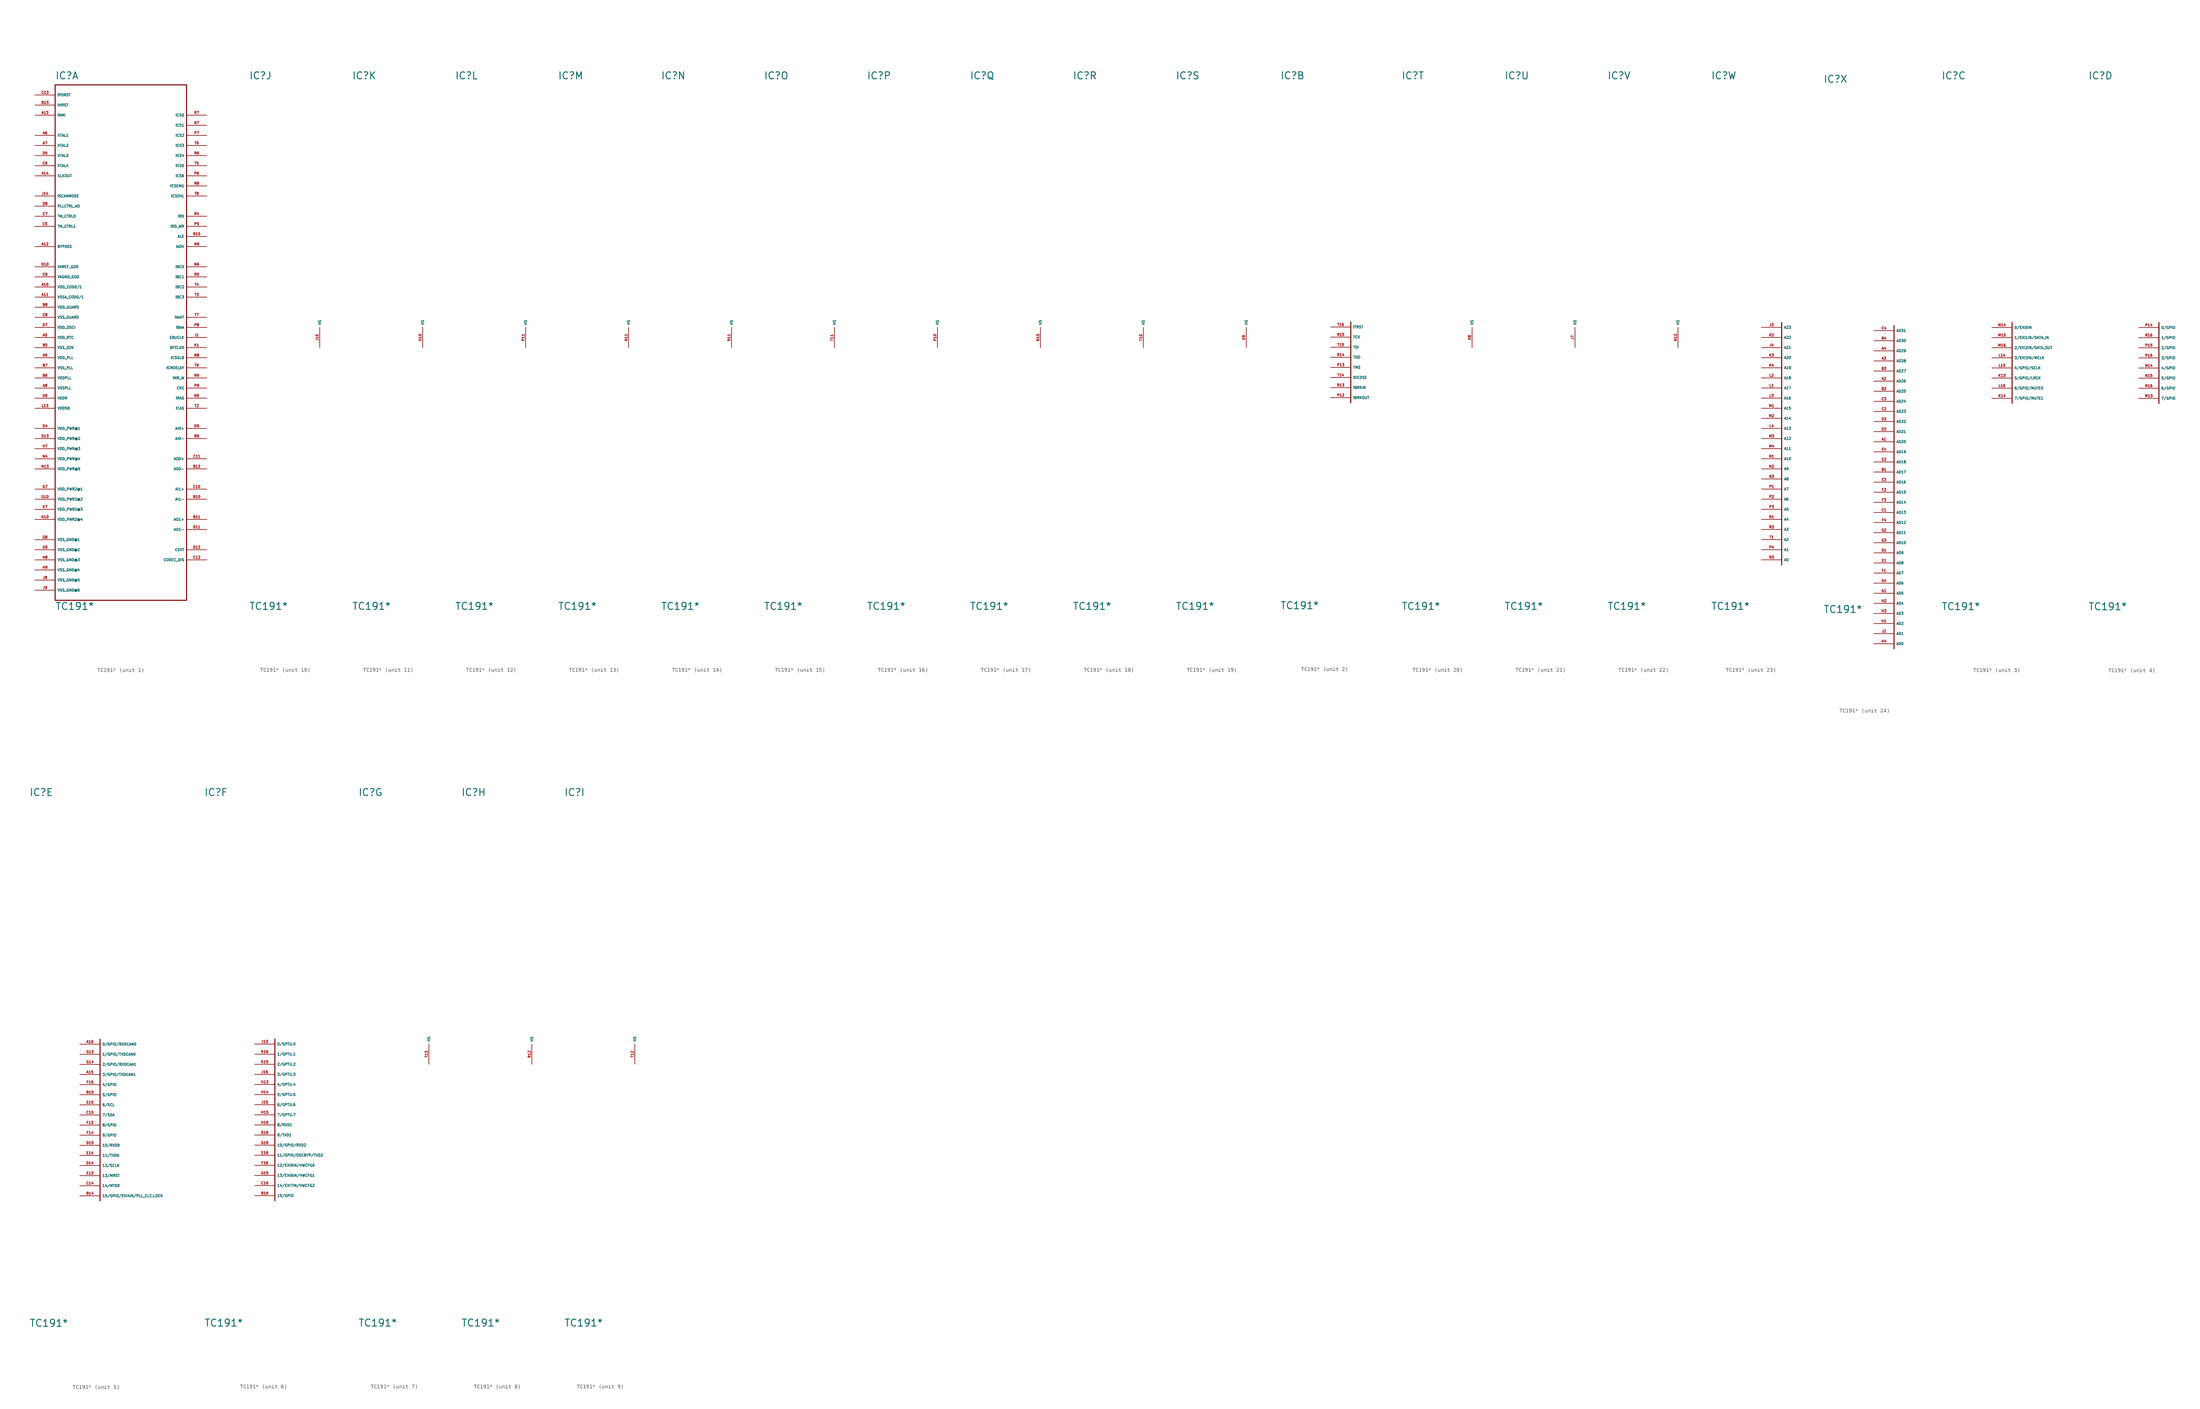
<source format=kicad_sym>
(kicad_symbol_lib
  (version 20220914)
  (generator Eagle2Kicad)
  (symbol "TC191*"
    (property "Reference" "IC"
      (at -17.78 62.23 0)
      (effects (font (size 1.778 1.778) (thickness 0.22)) (justify left bottom)))
    (property "Value" "TC191*"
      (at -17.78 -71.12 0)
      (effects (font (size 1.778 1.778) (thickness 0.22)) (justify left bottom)))
    (symbol "TC191*_1_0"
      (polyline (pts (xy 15.24 60.96) (xy 15.24 -68.58)) (stroke (width 0.254) (type default)) (fill (type none)))
      (polyline (pts (xy 15.24 -68.58) (xy -17.78 -68.58)) (stroke (width 0.254) (type default)) (fill (type none)))
      (polyline (pts (xy -17.78 -68.58) (xy -17.78 60.96)) (stroke (width 0.254) (type default)) (fill (type none)))
      (polyline (pts (xy -17.78 60.96) (xy 15.24 60.96)) (stroke (width 0.254) (type default)) (fill (type none)))
      (pin bidirectional line (at 20.32 27.94 180) (length 5.08) (name "!RD" (effects (font (size 0.635 0.635) (thickness 0.08)) (justify left bottom))) (number "R4" (effects (font (size 0.635 0.635) (thickness 0.08)) (justify left bottom))))
      (pin output line (at 20.32 53.34 180) (length 5.08) (name "!CS0" (effects (font (size 0.635 0.635) (thickness 0.08)) (justify left bottom))) (number "R7" (effects (font (size 0.635 0.635) (thickness 0.08)) (justify left bottom))))
      (pin input line (at -22.86 58.42 0) (length 5.08) (name "!PORST" (effects (font (size 0.635 0.635) (thickness 0.08)) (justify left bottom))) (number "C13" (effects (font (size 0.635 0.635) (thickness 0.08)) (justify left bottom))))
      (pin output line (at -22.86 38.1 0) (length 5.08) (name "CLKOUT" (effects (font (size 0.635 0.635) (thickness 0.08)) (justify left bottom))) (number "A14" (effects (font (size 0.635 0.635) (thickness 0.08)) (justify left bottom))))
      (pin bidirectional line (at 20.32 2.54 180) (length 5.08) (name "!WAIT" (effects (font (size 0.635 0.635) (thickness 0.08)) (justify left bottom))) (number "T7" (effects (font (size 0.635 0.635) (thickness 0.08)) (justify left bottom))))
      (pin output line (at 20.32 -12.7 180) (length 5.08) (name "!MR_W" (effects (font (size 0.635 0.635) (thickness 0.08)) (justify left bottom))) (number "R9" (effects (font (size 0.635 0.635) (thickness 0.08)) (justify left bottom))))
      (pin output line (at 20.32 22.86 180) (length 5.08) (name "ALE" (effects (font (size 0.635 0.635) (thickness 0.08)) (justify left bottom))) (number "R10" (effects (font (size 0.635 0.635) (thickness 0.08)) (justify left bottom))))
      (pin output line (at 20.32 0 180) (length 5.08) (name "!BAA" (effects (font (size 0.635 0.635) (thickness 0.08)) (justify left bottom))) (number "P8" (effects (font (size 0.635 0.635) (thickness 0.08)) (justify left bottom))))
      (pin output line (at 20.32 -17.78 180) (length 5.08) (name "!RAS" (effects (font (size 0.635 0.635) (thickness 0.08)) (justify left bottom))) (number "N5" (effects (font (size 0.635 0.635) (thickness 0.08)) (justify left bottom))))
      (pin output line (at 20.32 -20.32 180) (length 5.08) (name "!CAS" (effects (font (size 0.635 0.635) (thickness 0.08)) (justify left bottom))) (number "T2" (effects (font (size 0.635 0.635) (thickness 0.08)) (justify left bottom))))
      (pin output line (at 20.32 50.8 180) (length 5.08) (name "!CS1" (effects (font (size 0.635 0.635) (thickness 0.08)) (justify left bottom))) (number "N7" (effects (font (size 0.635 0.635) (thickness 0.08)) (justify left bottom))))
      (pin output line (at 20.32 48.26 180) (length 5.08) (name "!CS2" (effects (font (size 0.635 0.635) (thickness 0.08)) (justify left bottom))) (number "P7" (effects (font (size 0.635 0.635) (thickness 0.08)) (justify left bottom))))
      (pin output line (at 20.32 45.72 180) (length 5.08) (name "!CS3" (effects (font (size 0.635 0.635) (thickness 0.08)) (justify left bottom))) (number "T6" (effects (font (size 0.635 0.635) (thickness 0.08)) (justify left bottom))))
      (pin output line (at 20.32 43.18 180) (length 5.08) (name "!CS4" (effects (font (size 0.635 0.635) (thickness 0.08)) (justify left bottom))) (number "R6" (effects (font (size 0.635 0.635) (thickness 0.08)) (justify left bottom))))
      (pin output line (at 20.32 40.64 180) (length 5.08) (name "!CS5" (effects (font (size 0.635 0.635) (thickness 0.08)) (justify left bottom))) (number "T5" (effects (font (size 0.635 0.635) (thickness 0.08)) (justify left bottom))))
      (pin output line (at 20.32 38.1 180) (length 5.08) (name "!CS6" (effects (font (size 0.635 0.635) (thickness 0.08)) (justify left bottom))) (number "P6" (effects (font (size 0.635 0.635) (thickness 0.08)) (justify left bottom))))
      (pin output line (at 20.32 -7.62 180) (length 5.08) (name "!CSGLB" (effects (font (size 0.635 0.635) (thickness 0.08)) (justify left bottom))) (number "N8" (effects (font (size 0.635 0.635) (thickness 0.08)) (justify left bottom))))
      (pin output line (at 20.32 -15.24 180) (length 5.08) (name "CKE" (effects (font (size 0.635 0.635) (thickness 0.08)) (justify left bottom))) (number "P9" (effects (font (size 0.635 0.635) (thickness 0.08)) (justify left bottom))))
      (pin output line (at 20.32 -2.54 180) (length 5.08) (name "EBUCLK" (effects (font (size 0.635 0.635) (thickness 0.08)) (justify left bottom))) (number "J1" (effects (font (size 0.635 0.635) (thickness 0.08)) (justify left bottom))))
      (pin output line (at 20.32 20.32 180) (length 5.08) (name "!ADV" (effects (font (size 0.635 0.635) (thickness 0.08)) (justify left bottom))) (number "N9" (effects (font (size 0.635 0.635) (thickness 0.08)) (justify left bottom))))
      (pin input line (at 20.32 -10.16 180) (length 5.08) (name "!CMDELAY" (effects (font (size 0.635 0.635) (thickness 0.08)) (justify left bottom))) (number "T9" (effects (font (size 0.635 0.635) (thickness 0.08)) (justify left bottom))))
      (pin input line (at -22.86 33.02 0) (length 5.08) (name "!SCANMODE" (effects (font (size 0.635 0.635) (thickness 0.08)) (justify left bottom))) (number "J14" (effects (font (size 0.635 0.635) (thickness 0.08)) (justify left bottom))))
      (pin input line (at -22.86 27.94 0) (length 5.08) (name "TM_CTRL0" (effects (font (size 0.635 0.635) (thickness 0.08)) (justify left bottom))) (number "C7" (effects (font (size 0.635 0.635) (thickness 0.08)) (justify left bottom))))
      (pin input line (at -22.86 25.4 0) (length 5.08) (name "TM_CTRL1" (effects (font (size 0.635 0.635) (thickness 0.08)) (justify left bottom))) (number "C5" (effects (font (size 0.635 0.635) (thickness 0.08)) (justify left bottom))))
      (pin input line (at -22.86 48.26 0) (length 5.08) (name "XTAL1" (effects (font (size 0.635 0.635) (thickness 0.08)) (justify left bottom))) (number "A6" (effects (font (size 0.635 0.635) (thickness 0.08)) (justify left bottom))))
      (pin output line (at -22.86 45.72 0) (length 5.08) (name "XTAL2" (effects (font (size 0.635 0.635) (thickness 0.08)) (justify left bottom))) (number "A7" (effects (font (size 0.635 0.635) (thickness 0.08)) (justify left bottom))))
      (pin bidirectional line (at 20.32 15.24 180) (length 5.08) (name "!BC0" (effects (font (size 0.635 0.635) (thickness 0.08)) (justify left bottom))) (number "N6" (effects (font (size 0.635 0.635) (thickness 0.08)) (justify left bottom))))
      (pin bidirectional line (at 20.32 12.7 180) (length 5.08) (name "!BC1" (effects (font (size 0.635 0.635) (thickness 0.08)) (justify left bottom))) (number "R5" (effects (font (size 0.635 0.635) (thickness 0.08)) (justify left bottom))))
      (pin bidirectional line (at 20.32 10.16 180) (length 5.08) (name "!BC2" (effects (font (size 0.635 0.635) (thickness 0.08)) (justify left bottom))) (number "T4" (effects (font (size 0.635 0.635) (thickness 0.08)) (justify left bottom))))
      (pin bidirectional line (at 20.32 7.62 180) (length 5.08) (name "!BC3" (effects (font (size 0.635 0.635) (thickness 0.08)) (justify left bottom))) (number "T3" (effects (font (size 0.635 0.635) (thickness 0.08)) (justify left bottom))))
      (pin bidirectional line (at 20.32 25.4 180) (length 5.08) (name "!RD_WR" (effects (font (size 0.635 0.635) (thickness 0.08)) (justify left bottom))) (number "P5" (effects (font (size 0.635 0.635) (thickness 0.08)) (justify left bottom))))
      (pin output line (at 20.32 -5.08 180) (length 5.08) (name "BFCLK0" (effects (font (size 0.635 0.635) (thickness 0.08)) (justify left bottom))) (number "K1" (effects (font (size 0.635 0.635) (thickness 0.08)) (justify left bottom))))
      (pin input line (at 20.32 -25.4 180) (length 5.08) (name "AI0+" (effects (font (size 0.635 0.635) (thickness 0.08)) (justify left bottom))) (number "D9" (effects (font (size 0.635 0.635) (thickness 0.08)) (justify left bottom))))
      (pin input line (at 20.32 -27.94 180) (length 5.08) (name "AI0-" (effects (font (size 0.635 0.635) (thickness 0.08)) (justify left bottom))) (number "B9" (effects (font (size 0.635 0.635) (thickness 0.08)) (justify left bottom))))
      (pin output line (at 20.32 -33.02 180) (length 5.08) (name "AO0+" (effects (font (size 0.635 0.635) (thickness 0.08)) (justify left bottom))) (number "C11" (effects (font (size 0.635 0.635) (thickness 0.08)) (justify left bottom))))
      (pin output line (at 20.32 -35.56 180) (length 5.08) (name "AO0-" (effects (font (size 0.635 0.635) (thickness 0.08)) (justify left bottom))) (number "B12" (effects (font (size 0.635 0.635) (thickness 0.08)) (justify left bottom))))
      (pin input line (at 20.32 -40.64 180) (length 5.08) (name "AI1+" (effects (font (size 0.635 0.635) (thickness 0.08)) (justify left bottom))) (number "C10" (effects (font (size 0.635 0.635) (thickness 0.08)) (justify left bottom))))
      (pin input line (at 20.32 -43.18 180) (length 5.08) (name "AI1-" (effects (font (size 0.635 0.635) (thickness 0.08)) (justify left bottom))) (number "B10" (effects (font (size 0.635 0.635) (thickness 0.08)) (justify left bottom))))
      (pin output line (at 20.32 -48.26 180) (length 5.08) (name "AO1+" (effects (font (size 0.635 0.635) (thickness 0.08)) (justify left bottom))) (number "B11" (effects (font (size 0.635 0.635) (thickness 0.08)) (justify left bottom))))
      (pin output line (at 20.32 -50.8 180) (length 5.08) (name "AO1-" (effects (font (size 0.635 0.635) (thickness 0.08)) (justify left bottom))) (number "D11" (effects (font (size 0.635 0.635) (thickness 0.08)) (justify left bottom))))
      (pin input line (at 20.32 -55.88 180) (length 5.08) (name "CEXT" (effects (font (size 0.635 0.635) (thickness 0.08)) (justify left bottom))) (number "D12" (effects (font (size 0.635 0.635) (thickness 0.08)) (justify left bottom))))
      (pin input line (at 20.32 -58.42 180) (length 5.08) (name "CODEC_DIS" (effects (font (size 0.635 0.635) (thickness 0.08)) (justify left bottom))) (number "C12" (effects (font (size 0.635 0.635) (thickness 0.08)) (justify left bottom))))
      (pin output line (at 20.32 35.56 180) (length 5.08) (name "!CSEMU" (effects (font (size 0.635 0.635) (thickness 0.08)) (justify left bottom))) (number "R8" (effects (font (size 0.635 0.635) (thickness 0.08)) (justify left bottom))))
      (pin output line (at 20.32 33.02 180) (length 5.08) (name "!CSOVL" (effects (font (size 0.635 0.635) (thickness 0.08)) (justify left bottom))) (number "T8" (effects (font (size 0.635 0.635) (thickness 0.08)) (justify left bottom))))
      (pin input line (at -22.86 30.48 0) (length 5.08) (name "PLLCTRL_AO" (effects (font (size 0.635 0.635) (thickness 0.08)) (justify left bottom))) (number "D8" (effects (font (size 0.635 0.635) (thickness 0.08)) (justify left bottom))))
      (pin input line (at -22.86 43.18 0) (length 5.08) (name "XTAL3" (effects (font (size 0.635 0.635) (thickness 0.08)) (justify left bottom))) (number "D5" (effects (font (size 0.635 0.635) (thickness 0.08)) (justify left bottom))))
      (pin output line (at -22.86 40.64 0) (length 5.08) (name "XTAL4" (effects (font (size 0.635 0.635) (thickness 0.08)) (justify left bottom))) (number "C6" (effects (font (size 0.635 0.635) (thickness 0.08)) (justify left bottom))))
      (pin input line (at -22.86 15.24 0) (length 5.08) (name "VAREF_GOD" (effects (font (size 0.635 0.635) (thickness 0.08)) (justify left bottom))) (number "D10" (effects (font (size 0.635 0.635) (thickness 0.08)) (justify left bottom))))
      (pin input line (at -22.86 12.7 0) (length 5.08) (name "VAGND_GOD" (effects (font (size 0.635 0.635) (thickness 0.08)) (justify left bottom))) (number "C9" (effects (font (size 0.635 0.635) (thickness 0.08)) (justify left bottom))))
      (pin input line (at -22.86 10.16 0) (length 5.08) (name "VDD_COD0/1" (effects (font (size 0.635 0.635) (thickness 0.08)) (justify left bottom))) (number "A10" (effects (font (size 0.635 0.635) (thickness 0.08)) (justify left bottom))))
      (pin input line (at -22.86 7.62 0) (length 5.08) (name "VSSA_COD0/1" (effects (font (size 0.635 0.635) (thickness 0.08)) (justify left bottom))) (number "A11" (effects (font (size 0.635 0.635) (thickness 0.08)) (justify left bottom))))
      (pin input line (at -22.86 5.08 0) (length 5.08) (name "VDD_GUARD" (effects (font (size 0.635 0.635) (thickness 0.08)) (justify left bottom))) (number "B8" (effects (font (size 0.635 0.635) (thickness 0.08)) (justify left bottom))))
      (pin input line (at -22.86 2.54 0) (length 5.08) (name "VSS_GUARD" (effects (font (size 0.635 0.635) (thickness 0.08)) (justify left bottom))) (number "C8" (effects (font (size 0.635 0.635) (thickness 0.08)) (justify left bottom))))
      (pin input line (at -22.86 0 0) (length 5.08) (name "VDD_OSCI" (effects (font (size 0.635 0.635) (thickness 0.08)) (justify left bottom))) (number "D7" (effects (font (size 0.635 0.635) (thickness 0.08)) (justify left bottom))))
      (pin input line (at -22.86 -2.54 0) (length 5.08) (name "VDD_RTC" (effects (font (size 0.635 0.635) (thickness 0.08)) (justify left bottom))) (number "A5" (effects (font (size 0.635 0.635) (thickness 0.08)) (justify left bottom))))
      (pin input line (at -22.86 -5.08 0) (length 5.08) (name "VSS_32K" (effects (font (size 0.635 0.635) (thickness 0.08)) (justify left bottom))) (number "B5" (effects (font (size 0.635 0.635) (thickness 0.08)) (justify left bottom))))
      (pin input line (at -22.86 -7.62 0) (length 5.08) (name "VDD_PLL" (effects (font (size 0.635 0.635) (thickness 0.08)) (justify left bottom))) (number "A9" (effects (font (size 0.635 0.635) (thickness 0.08)) (justify left bottom))))
      (pin input line (at -22.86 -10.16 0) (length 5.08) (name "VSS_PLL" (effects (font (size 0.635 0.635) (thickness 0.08)) (justify left bottom))) (number "B7" (effects (font (size 0.635 0.635) (thickness 0.08)) (justify left bottom))))
      (pin input line (at -22.86 -12.7 0) (length 5.08) (name "VDDPLL" (effects (font (size 0.635 0.635) (thickness 0.08)) (justify left bottom))) (number "B6" (effects (font (size 0.635 0.635) (thickness 0.08)) (justify left bottom))))
      (pin input line (at -22.86 -15.24 0) (length 5.08) (name "VSSPLL" (effects (font (size 0.635 0.635) (thickness 0.08)) (justify left bottom))) (number "A8" (effects (font (size 0.635 0.635) (thickness 0.08)) (justify left bottom))))
      (pin input line (at -22.86 -17.78 0) (length 5.08) (name "VDDR" (effects (font (size 0.635 0.635) (thickness 0.08)) (justify left bottom))) (number "D6" (effects (font (size 0.635 0.635) (thickness 0.08)) (justify left bottom))))
      (pin input line (at -22.86 -20.32 0) (length 5.08) (name "VDDSB" (effects (font (size 0.635 0.635) (thickness 0.08)) (justify left bottom))) (number "L13" (effects (font (size 0.635 0.635) (thickness 0.08)) (justify left bottom))))
      (pin input line (at -22.86 -25.4 0) (length 5.08) (name "VDD_PWR@1" (effects (font (size 0.635 0.635) (thickness 0.08)) (justify left bottom))) (number "D4" (effects (font (size 0.635 0.635) (thickness 0.08)) (justify left bottom))))
      (pin input line (at -22.86 -27.94 0) (length 5.08) (name "VDD_PWR@2" (effects (font (size 0.635 0.635) (thickness 0.08)) (justify left bottom))) (number "D13" (effects (font (size 0.635 0.635) (thickness 0.08)) (justify left bottom))))
      (pin input line (at -22.86 -30.48 0) (length 5.08) (name "VDD_PWR@3" (effects (font (size 0.635 0.635) (thickness 0.08)) (justify left bottom))) (number "H7" (effects (font (size 0.635 0.635) (thickness 0.08)) (justify left bottom))))
      (pin input line (at -22.86 -33.02 0) (length 5.08) (name "VDD_PWR@4" (effects (font (size 0.635 0.635) (thickness 0.08)) (justify left bottom))) (number "N4" (effects (font (size 0.635 0.635) (thickness 0.08)) (justify left bottom))))
      (pin input line (at -22.86 -35.56 0) (length 5.08) (name "VDD_PWR@5" (effects (font (size 0.635 0.635) (thickness 0.08)) (justify left bottom))) (number "N13" (effects (font (size 0.635 0.635) (thickness 0.08)) (justify left bottom))))
      (pin input line (at -22.86 -40.64 0) (length 5.08) (name "VDD_PWR2@1" (effects (font (size 0.635 0.635) (thickness 0.08)) (justify left bottom))) (number "G7" (effects (font (size 0.635 0.635) (thickness 0.08)) (justify left bottom))))
      (pin input line (at -22.86 -43.18 0) (length 5.08) (name "VDD_PWR2@2" (effects (font (size 0.635 0.635) (thickness 0.08)) (justify left bottom))) (number "G10" (effects (font (size 0.635 0.635) (thickness 0.08)) (justify left bottom))))
      (pin input line (at -22.86 -45.72 0) (length 5.08) (name "VDD_PWR2@3" (effects (font (size 0.635 0.635) (thickness 0.08)) (justify left bottom))) (number "K7" (effects (font (size 0.635 0.635) (thickness 0.08)) (justify left bottom))))
      (pin input line (at -22.86 -48.26 0) (length 5.08) (name "VDD_PWR2@4" (effects (font (size 0.635 0.635) (thickness 0.08)) (justify left bottom))) (number "K10" (effects (font (size 0.635 0.635) (thickness 0.08)) (justify left bottom))))
      (pin input line (at -22.86 -53.34 0) (length 5.08) (name "VSS_GND@1" (effects (font (size 0.635 0.635) (thickness 0.08)) (justify left bottom))) (number "G8" (effects (font (size 0.635 0.635) (thickness 0.08)) (justify left bottom))))
      (pin input line (at -22.86 -55.88 0) (length 5.08) (name "VSS_GND@2" (effects (font (size 0.635 0.635) (thickness 0.08)) (justify left bottom))) (number "G9" (effects (font (size 0.635 0.635) (thickness 0.08)) (justify left bottom))))
      (pin input line (at -22.86 -58.42 0) (length 5.08) (name "VSS_GND@3" (effects (font (size 0.635 0.635) (thickness 0.08)) (justify left bottom))) (number "H8" (effects (font (size 0.635 0.635) (thickness 0.08)) (justify left bottom))))
      (pin input line (at -22.86 -60.96 0) (length 5.08) (name "VSS_GND@4" (effects (font (size 0.635 0.635) (thickness 0.08)) (justify left bottom))) (number "H9" (effects (font (size 0.635 0.635) (thickness 0.08)) (justify left bottom))))
      (pin input line (at -22.86 -63.5 0) (length 5.08) (name "VSS_GND@5" (effects (font (size 0.635 0.635) (thickness 0.08)) (justify left bottom))) (number "J8" (effects (font (size 0.635 0.635) (thickness 0.08)) (justify left bottom))))
      (pin input line (at -22.86 -66.04 0) (length 5.08) (name "VSS_GND@6" (effects (font (size 0.635 0.635) (thickness 0.08)) (justify left bottom))) (number "J9" (effects (font (size 0.635 0.635) (thickness 0.08)) (justify left bottom))))
      (pin input line (at -22.86 53.34 0) (length 5.08) (name "!NMI" (effects (font (size 0.635 0.635) (thickness 0.08)) (justify left bottom))) (number "A13" (effects (font (size 0.635 0.635) (thickness 0.08)) (justify left bottom))))
      (pin input line (at -22.86 20.32 0) (length 5.08) (name "BYPASS" (effects (font (size 0.635 0.635) (thickness 0.08)) (justify left bottom))) (number "A12" (effects (font (size 0.635 0.635) (thickness 0.08)) (justify left bottom))))
      (pin bidirectional line (at -22.86 55.88 0) (length 5.08) (name "!HRST" (effects (font (size 0.635 0.635) (thickness 0.08)) (justify left bottom))) (number "B13" (effects (font (size 0.635 0.635) (thickness 0.08)) (justify left bottom)))))
    (symbol "TC191*_2_0"
      (polyline (pts (xy 0 1.27) (xy 0 -19.05)) (stroke (width 0.254) (type default)) (fill (type none)))
      (pin input line (at -5.08 0 0) (length 5.08) (name "!TRST" (effects (font (size 0.635 0.635) (thickness 0.08)) (justify left bottom))) (number "T16" (effects (font (size 0.635 0.635) (thickness 0.08)) (justify left bottom))))
      (pin input line (at -5.08 -2.54 0) (length 5.08) (name "TCK" (effects (font (size 0.635 0.635) (thickness 0.08)) (justify left bottom))) (number "R15" (effects (font (size 0.635 0.635) (thickness 0.08)) (justify left bottom))))
      (pin input line (at -5.08 -5.08 0) (length 5.08) (name "TDI" (effects (font (size 0.635 0.635) (thickness 0.08)) (justify left bottom))) (number "T15" (effects (font (size 0.635 0.635) (thickness 0.08)) (justify left bottom))))
      (pin output line (at -5.08 -7.62 0) (length 5.08) (name "TDO" (effects (font (size 0.635 0.635) (thickness 0.08)) (justify left bottom))) (number "R14" (effects (font (size 0.635 0.635) (thickness 0.08)) (justify left bottom))))
      (pin input line (at -5.08 -10.16 0) (length 5.08) (name "TMS" (effects (font (size 0.635 0.635) (thickness 0.08)) (justify left bottom))) (number "P13" (effects (font (size 0.635 0.635) (thickness 0.08)) (justify left bottom))))
      (pin input line (at -5.08 -12.7 0) (length 5.08) (name "!OCDSE" (effects (font (size 0.635 0.635) (thickness 0.08)) (justify left bottom))) (number "T14" (effects (font (size 0.635 0.635) (thickness 0.08)) (justify left bottom))))
      (pin input line (at -5.08 -15.24 0) (length 5.08) (name "!BRKIN" (effects (font (size 0.635 0.635) (thickness 0.08)) (justify left bottom))) (number "R13" (effects (font (size 0.635 0.635) (thickness 0.08)) (justify left bottom))))
      (pin output line (at -5.08 -17.78 0) (length 5.08) (name "!BRKOUT" (effects (font (size 0.635 0.635) (thickness 0.08)) (justify left bottom))) (number "P12" (effects (font (size 0.635 0.635) (thickness 0.08)) (justify left bottom)))))
    (symbol "TC191*_3_0"
      (polyline (pts (xy 0 1.27) (xy 0 -19.05)) (stroke (width 0.254) (type default)) (fill (type none)))
      (pin bidirectional line (at -5.08 0 0) (length 5.08) (name "0/EXI0IN" (effects (font (size 0.635 0.635) (thickness 0.08)) (justify left bottom))) (number "M14" (effects (font (size 0.635 0.635) (thickness 0.08)) (justify left bottom))))
      (pin bidirectional line (at -5.08 -2.54 0) (length 5.08) (name "1/EXI1IN/DATA_IN" (effects (font (size 0.635 0.635) (thickness 0.08)) (justify left bottom))) (number "M15" (effects (font (size 0.635 0.635) (thickness 0.08)) (justify left bottom))))
      (pin bidirectional line (at -5.08 -5.08 0) (length 5.08) (name "2/EXI2IN/DATA_OUT" (effects (font (size 0.635 0.635) (thickness 0.08)) (justify left bottom))) (number "M16" (effects (font (size 0.635 0.635) (thickness 0.08)) (justify left bottom))))
      (pin bidirectional line (at -5.08 -7.62 0) (length 5.08) (name "3/EXI3IN/MCLK" (effects (font (size 0.635 0.635) (thickness 0.08)) (justify left bottom))) (number "L14" (effects (font (size 0.635 0.635) (thickness 0.08)) (justify left bottom))))
      (pin bidirectional line (at -5.08 -10.16 0) (length 5.08) (name "4/GPIO/SCLK" (effects (font (size 0.635 0.635) (thickness 0.08)) (justify left bottom))) (number "L15" (effects (font (size 0.635 0.635) (thickness 0.08)) (justify left bottom))))
      (pin bidirectional line (at -5.08 -12.7 0) (length 5.08) (name "5/GPIO/LRCK" (effects (font (size 0.635 0.635) (thickness 0.08)) (justify left bottom))) (number "K13" (effects (font (size 0.635 0.635) (thickness 0.08)) (justify left bottom))))
      (pin bidirectional line (at -5.08 -15.24 0) (length 5.08) (name "6/GPIO/MUTE0" (effects (font (size 0.635 0.635) (thickness 0.08)) (justify left bottom))) (number "L16" (effects (font (size 0.635 0.635) (thickness 0.08)) (justify left bottom))))
      (pin bidirectional line (at -5.08 -17.78 0) (length 5.08) (name "7/GPIO/MUTE1" (effects (font (size 0.635 0.635) (thickness 0.08)) (justify left bottom))) (number "K14" (effects (font (size 0.635 0.635) (thickness 0.08)) (justify left bottom)))))
    (symbol "TC191*_4_0"
      (polyline (pts (xy 0 1.27) (xy 0 -19.05)) (stroke (width 0.254) (type default)) (fill (type none)))
      (pin bidirectional line (at -5.08 0 0) (length 5.08) (name "0/GPIO" (effects (font (size 0.635 0.635) (thickness 0.08)) (justify left bottom))) (number "P14" (effects (font (size 0.635 0.635) (thickness 0.08)) (justify left bottom))))
      (pin bidirectional line (at -5.08 -2.54 0) (length 5.08) (name "1/GPIO" (effects (font (size 0.635 0.635) (thickness 0.08)) (justify left bottom))) (number "R16" (effects (font (size 0.635 0.635) (thickness 0.08)) (justify left bottom))))
      (pin bidirectional line (at -5.08 -5.08 0) (length 5.08) (name "2/GPIO" (effects (font (size 0.635 0.635) (thickness 0.08)) (justify left bottom))) (number "P15" (effects (font (size 0.635 0.635) (thickness 0.08)) (justify left bottom))))
      (pin bidirectional line (at -5.08 -7.62 0) (length 5.08) (name "3/GPIO" (effects (font (size 0.635 0.635) (thickness 0.08)) (justify left bottom))) (number "P16" (effects (font (size 0.635 0.635) (thickness 0.08)) (justify left bottom))))
      (pin bidirectional line (at -5.08 -10.16 0) (length 5.08) (name "4/GPIO" (effects (font (size 0.635 0.635) (thickness 0.08)) (justify left bottom))) (number "N14" (effects (font (size 0.635 0.635) (thickness 0.08)) (justify left bottom))))
      (pin bidirectional line (at -5.08 -12.7 0) (length 5.08) (name "5/GPIO" (effects (font (size 0.635 0.635) (thickness 0.08)) (justify left bottom))) (number "N15" (effects (font (size 0.635 0.635) (thickness 0.08)) (justify left bottom))))
      (pin bidirectional line (at -5.08 -15.24 0) (length 5.08) (name "6/GPIO" (effects (font (size 0.635 0.635) (thickness 0.08)) (justify left bottom))) (number "N16" (effects (font (size 0.635 0.635) (thickness 0.08)) (justify left bottom))))
      (pin bidirectional line (at -5.08 -17.78 0) (length 5.08) (name "7/GPIO" (effects (font (size 0.635 0.635) (thickness 0.08)) (justify left bottom))) (number "M13" (effects (font (size 0.635 0.635) (thickness 0.08)) (justify left bottom)))))
    (symbol "TC191*_5_0"
      (polyline (pts (xy 0 1.27) (xy 0 -39.37)) (stroke (width 0.254) (type default)) (fill (type none)))
      (pin bidirectional line (at -5.08 0 0) (length 5.08) (name "0/GPIO/RXDCAN0" (effects (font (size 0.635 0.635) (thickness 0.08)) (justify left bottom))) (number "A16" (effects (font (size 0.635 0.635) (thickness 0.08)) (justify left bottom))))
      (pin bidirectional line (at -5.08 -2.54 0) (length 5.08) (name "1/GPIO/TXDCAN0" (effects (font (size 0.635 0.635) (thickness 0.08)) (justify left bottom))) (number "G13" (effects (font (size 0.635 0.635) (thickness 0.08)) (justify left bottom))))
      (pin bidirectional line (at -5.08 -5.08 0) (length 5.08) (name "2/GPIO/RXDCAN1" (effects (font (size 0.635 0.635) (thickness 0.08)) (justify left bottom))) (number "G14" (effects (font (size 0.635 0.635) (thickness 0.08)) (justify left bottom))))
      (pin bidirectional line (at -5.08 -7.62 0) (length 5.08) (name "3/GPIO/TXDCAN1" (effects (font (size 0.635 0.635) (thickness 0.08)) (justify left bottom))) (number "A15" (effects (font (size 0.635 0.635) (thickness 0.08)) (justify left bottom))))
      (pin bidirectional line (at -5.08 -10.16 0) (length 5.08) (name "4/GPIO" (effects (font (size 0.635 0.635) (thickness 0.08)) (justify left bottom))) (number "F15" (effects (font (size 0.635 0.635) (thickness 0.08)) (justify left bottom))))
      (pin bidirectional line (at -5.08 -12.7 0) (length 5.08) (name "5/GPIO" (effects (font (size 0.635 0.635) (thickness 0.08)) (justify left bottom))) (number "B15" (effects (font (size 0.635 0.635) (thickness 0.08)) (justify left bottom))))
      (pin bidirectional line (at -5.08 -15.24 0) (length 5.08) (name "6/SCL" (effects (font (size 0.635 0.635) (thickness 0.08)) (justify left bottom))) (number "E15" (effects (font (size 0.635 0.635) (thickness 0.08)) (justify left bottom))))
      (pin bidirectional line (at -5.08 -17.78 0) (length 5.08) (name "7/SDA" (effects (font (size 0.635 0.635) (thickness 0.08)) (justify left bottom))) (number "C15" (effects (font (size 0.635 0.635) (thickness 0.08)) (justify left bottom))))
      (pin bidirectional line (at -5.08 -20.32 0) (length 5.08) (name "8/GPIO" (effects (font (size 0.635 0.635) (thickness 0.08)) (justify left bottom))) (number "F13" (effects (font (size 0.635 0.635) (thickness 0.08)) (justify left bottom))))
      (pin bidirectional line (at -5.08 -22.86 0) (length 5.08) (name "9/GPIO" (effects (font (size 0.635 0.635) (thickness 0.08)) (justify left bottom))) (number "F14" (effects (font (size 0.635 0.635) (thickness 0.08)) (justify left bottom))))
      (pin bidirectional line (at -5.08 -25.4 0) (length 5.08) (name "10/RXD0" (effects (font (size 0.635 0.635) (thickness 0.08)) (justify left bottom))) (number "D15" (effects (font (size 0.635 0.635) (thickness 0.08)) (justify left bottom))))
      (pin bidirectional line (at -5.08 -27.94 0) (length 5.08) (name "11/TXD0" (effects (font (size 0.635 0.635) (thickness 0.08)) (justify left bottom))) (number "E14" (effects (font (size 0.635 0.635) (thickness 0.08)) (justify left bottom))))
      (pin bidirectional line (at -5.08 -30.48 0) (length 5.08) (name "12/SCLK" (effects (font (size 0.635 0.635) (thickness 0.08)) (justify left bottom))) (number "D14" (effects (font (size 0.635 0.635) (thickness 0.08)) (justify left bottom))))
      (pin bidirectional line (at -5.08 -33.02 0) (length 5.08) (name "13/MRST" (effects (font (size 0.635 0.635) (thickness 0.08)) (justify left bottom))) (number "E13" (effects (font (size 0.635 0.635) (thickness 0.08)) (justify left bottom))))
      (pin bidirectional line (at -5.08 -35.56 0) (length 5.08) (name "14/MTSR" (effects (font (size 0.635 0.635) (thickness 0.08)) (justify left bottom))) (number "C14" (effects (font (size 0.635 0.635) (thickness 0.08)) (justify left bottom))))
      (pin bidirectional line (at -5.08 -38.1 0) (length 5.08) (name "15/GPIO/EXI4IN/PLL_CLC.LOCK" (effects (font (size 0.635 0.635) (thickness 0.08)) (justify left bottom))) (number "B14" (effects (font (size 0.635 0.635) (thickness 0.08)) (justify left bottom)))))
    (symbol "TC191*_6_0"
      (polyline (pts (xy 0 1.27) (xy 0 -39.37)) (stroke (width 0.254) (type default)) (fill (type none)))
      (pin bidirectional line (at -5.08 0 0) (length 5.08) (name "0/GPTU.0" (effects (font (size 0.635 0.635) (thickness 0.08)) (justify left bottom))) (number "J13" (effects (font (size 0.635 0.635) (thickness 0.08)) (justify left bottom))))
      (pin bidirectional line (at -5.08 -2.54 0) (length 5.08) (name "1/GPTU.1" (effects (font (size 0.635 0.635) (thickness 0.08)) (justify left bottom))) (number "K16" (effects (font (size 0.635 0.635) (thickness 0.08)) (justify left bottom))))
      (pin bidirectional line (at -5.08 -5.08 0) (length 5.08) (name "2/GPTU.2" (effects (font (size 0.635 0.635) (thickness 0.08)) (justify left bottom))) (number "K15" (effects (font (size 0.635 0.635) (thickness 0.08)) (justify left bottom))))
      (pin bidirectional line (at -5.08 -7.62 0) (length 5.08) (name "3/GPTU.3" (effects (font (size 0.635 0.635) (thickness 0.08)) (justify left bottom))) (number "J16" (effects (font (size 0.635 0.635) (thickness 0.08)) (justify left bottom))))
      (pin bidirectional line (at -5.08 -10.16 0) (length 5.08) (name "4/GPTU.4" (effects (font (size 0.635 0.635) (thickness 0.08)) (justify left bottom))) (number "H13" (effects (font (size 0.635 0.635) (thickness 0.08)) (justify left bottom))))
      (pin bidirectional line (at -5.08 -12.7 0) (length 5.08) (name "5/GPTU.5" (effects (font (size 0.635 0.635) (thickness 0.08)) (justify left bottom))) (number "H14" (effects (font (size 0.635 0.635) (thickness 0.08)) (justify left bottom))))
      (pin bidirectional line (at -5.08 -15.24 0) (length 5.08) (name "6/GPTU.6" (effects (font (size 0.635 0.635) (thickness 0.08)) (justify left bottom))) (number "J15" (effects (font (size 0.635 0.635) (thickness 0.08)) (justify left bottom))))
      (pin bidirectional line (at -5.08 -17.78 0) (length 5.08) (name "7/GPTU.7" (effects (font (size 0.635 0.635) (thickness 0.08)) (justify left bottom))) (number "H15" (effects (font (size 0.635 0.635) (thickness 0.08)) (justify left bottom))))
      (pin bidirectional line (at -5.08 -20.32 0) (length 5.08) (name "8/RXD1" (effects (font (size 0.635 0.635) (thickness 0.08)) (justify left bottom))) (number "H16" (effects (font (size 0.635 0.635) (thickness 0.08)) (justify left bottom))))
      (pin bidirectional line (at -5.08 -22.86 0) (length 5.08) (name "9/TXD1" (effects (font (size 0.635 0.635) (thickness 0.08)) (justify left bottom))) (number "D16" (effects (font (size 0.635 0.635) (thickness 0.08)) (justify left bottom))))
      (pin bidirectional line (at -5.08 -25.4 0) (length 5.08) (name "10/GPIO/RXD2" (effects (font (size 0.635 0.635) (thickness 0.08)) (justify left bottom))) (number "G16" (effects (font (size 0.635 0.635) (thickness 0.08)) (justify left bottom))))
      (pin bidirectional line (at -5.08 -27.94 0) (length 5.08) (name "11/GPIO/OSCBYP/TXD2" (effects (font (size 0.635 0.635) (thickness 0.08)) (justify left bottom))) (number "E16" (effects (font (size 0.635 0.635) (thickness 0.08)) (justify left bottom))))
      (pin bidirectional line (at -5.08 -30.48 0) (length 5.08) (name "12/EXI5IN/HWCFG0" (effects (font (size 0.635 0.635) (thickness 0.08)) (justify left bottom))) (number "F16" (effects (font (size 0.635 0.635) (thickness 0.08)) (justify left bottom))))
      (pin bidirectional line (at -5.08 -33.02 0) (length 5.08) (name "13/EXI6IN/HWCFG1" (effects (font (size 0.635 0.635) (thickness 0.08)) (justify left bottom))) (number "G15" (effects (font (size 0.635 0.635) (thickness 0.08)) (justify left bottom))))
      (pin bidirectional line (at -5.08 -35.56 0) (length 5.08) (name "14/EXI7IN/HWCFG2" (effects (font (size 0.635 0.635) (thickness 0.08)) (justify left bottom))) (number "C16" (effects (font (size 0.635 0.635) (thickness 0.08)) (justify left bottom))))
      (pin bidirectional line (at -5.08 -38.1 0) (length 5.08) (name "15/GPIO" (effects (font (size 0.635 0.635) (thickness 0.08)) (justify left bottom))) (number "B16" (effects (font (size 0.635 0.635) (thickness 0.08)) (justify left bottom)))))
    (symbol "TC191*_7_0"
      (pin input line (at 0 -5.08 90) (length 5.08) (name "HS" (effects (font (size 0.635 0.635) (thickness 0.08)) (justify left bottom))) (number "T13" (effects (font (size 0.635 0.635) (thickness 0.08)) (justify left bottom)))))
    (symbol "TC191*_8_0"
      (pin input line (at 0 -5.08 90) (length 5.08) (name "HS" (effects (font (size 0.635 0.635) (thickness 0.08)) (justify left bottom))) (number "R12" (effects (font (size 0.635 0.635) (thickness 0.08)) (justify left bottom)))))
    (symbol "TC191*_9_0"
      (pin input line (at 0 -5.08 90) (length 5.08) (name "HS" (effects (font (size 0.635 0.635) (thickness 0.08)) (justify left bottom))) (number "T12" (effects (font (size 0.635 0.635) (thickness 0.08)) (justify left bottom)))))
    (symbol "TC191*_10_0"
      (pin input line (at 0 -5.08 90) (length 5.08) (name "HS" (effects (font (size 0.635 0.635) (thickness 0.08)) (justify left bottom))) (number "J10" (effects (font (size 0.635 0.635) (thickness 0.08)) (justify left bottom)))))
    (symbol "TC191*_11_0"
      (pin input line (at 0 -5.08 90) (length 5.08) (name "HS" (effects (font (size 0.635 0.635) (thickness 0.08)) (justify left bottom))) (number "H10" (effects (font (size 0.635 0.635) (thickness 0.08)) (justify left bottom)))))
    (symbol "TC191*_12_0"
      (pin input line (at 0 -5.08 90) (length 5.08) (name "HS" (effects (font (size 0.635 0.635) (thickness 0.08)) (justify left bottom))) (number "P11" (effects (font (size 0.635 0.635) (thickness 0.08)) (justify left bottom)))))
    (symbol "TC191*_13_0"
      (pin input line (at 0 -5.08 90) (length 5.08) (name "HS" (effects (font (size 0.635 0.635) (thickness 0.08)) (justify left bottom))) (number "N11" (effects (font (size 0.635 0.635) (thickness 0.08)) (justify left bottom)))))
    (symbol "TC191*_14_0"
      (pin input line (at 0 -5.08 90) (length 5.08) (name "HS" (effects (font (size 0.635 0.635) (thickness 0.08)) (justify left bottom))) (number "R11" (effects (font (size 0.635 0.635) (thickness 0.08)) (justify left bottom)))))
    (symbol "TC191*_15_0"
      (pin input line (at 0 -5.08 90) (length 5.08) (name "HS" (effects (font (size 0.635 0.635) (thickness 0.08)) (justify left bottom))) (number "T11" (effects (font (size 0.635 0.635) (thickness 0.08)) (justify left bottom)))))
    (symbol "TC191*_16_0"
      (pin input line (at 0 -5.08 90) (length 5.08) (name "HS" (effects (font (size 0.635 0.635) (thickness 0.08)) (justify left bottom))) (number "P10" (effects (font (size 0.635 0.635) (thickness 0.08)) (justify left bottom)))))
    (symbol "TC191*_17_0"
      (pin input line (at 0 -5.08 90) (length 5.08) (name "HS" (effects (font (size 0.635 0.635) (thickness 0.08)) (justify left bottom))) (number "N10" (effects (font (size 0.635 0.635) (thickness 0.08)) (justify left bottom)))))
    (symbol "TC191*_18_0"
      (pin input line (at 0 -5.08 90) (length 5.08) (name "HS" (effects (font (size 0.635 0.635) (thickness 0.08)) (justify left bottom))) (number "T10" (effects (font (size 0.635 0.635) (thickness 0.08)) (justify left bottom)))))
    (symbol "TC191*_19_0"
      (pin input line (at 0 -5.08 90) (length 5.08) (name "HS" (effects (font (size 0.635 0.635) (thickness 0.08)) (justify left bottom))) (number "K9" (effects (font (size 0.635 0.635) (thickness 0.08)) (justify left bottom)))))
    (symbol "TC191*_20_0"
      (pin input line (at 0 -5.08 90) (length 5.08) (name "HS" (effects (font (size 0.635 0.635) (thickness 0.08)) (justify left bottom))) (number "K8" (effects (font (size 0.635 0.635) (thickness 0.08)) (justify left bottom)))))
    (symbol "TC191*_21_0"
      (pin input line (at 0 -5.08 90) (length 5.08) (name "HS" (effects (font (size 0.635 0.635) (thickness 0.08)) (justify left bottom))) (number "J7" (effects (font (size 0.635 0.635) (thickness 0.08)) (justify left bottom)))))
    (symbol "TC191*_22_0"
      (pin input line (at 0 -5.08 90) (length 5.08) (name "HS" (effects (font (size 0.635 0.635) (thickness 0.08)) (justify left bottom))) (number "N12" (effects (font (size 0.635 0.635) (thickness 0.08)) (justify left bottom)))))
    (symbol "TC191*_23_0"
      (polyline (pts (xy 0 1.27) (xy 0 -59.69)) (stroke (width 0.254) (type default)) (fill (type none)))
      (pin output line (at -5.08 -58.42 0) (length 5.08) (name "A0" (effects (font (size 0.635 0.635) (thickness 0.08)) (justify left bottom))) (number "R3" (effects (font (size 0.635 0.635) (thickness 0.08)) (justify left bottom))))
      (pin output line (at -5.08 -55.88 0) (length 5.08) (name "A1" (effects (font (size 0.635 0.635) (thickness 0.08)) (justify left bottom))) (number "P4" (effects (font (size 0.635 0.635) (thickness 0.08)) (justify left bottom))))
      (pin output line (at -5.08 -53.34 0) (length 5.08) (name "A2" (effects (font (size 0.635 0.635) (thickness 0.08)) (justify left bottom))) (number "T1" (effects (font (size 0.635 0.635) (thickness 0.08)) (justify left bottom))))
      (pin output line (at -5.08 -50.8 0) (length 5.08) (name "A3" (effects (font (size 0.635 0.635) (thickness 0.08)) (justify left bottom))) (number "R2" (effects (font (size 0.635 0.635) (thickness 0.08)) (justify left bottom))))
      (pin output line (at -5.08 -48.26 0) (length 5.08) (name "A4" (effects (font (size 0.635 0.635) (thickness 0.08)) (justify left bottom))) (number "R1" (effects (font (size 0.635 0.635) (thickness 0.08)) (justify left bottom))))
      (pin output line (at -5.08 -45.72 0) (length 5.08) (name "A5" (effects (font (size 0.635 0.635) (thickness 0.08)) (justify left bottom))) (number "P3" (effects (font (size 0.635 0.635) (thickness 0.08)) (justify left bottom))))
      (pin output line (at -5.08 -43.18 0) (length 5.08) (name "A6" (effects (font (size 0.635 0.635) (thickness 0.08)) (justify left bottom))) (number "P2" (effects (font (size 0.635 0.635) (thickness 0.08)) (justify left bottom))))
      (pin output line (at -5.08 -40.64 0) (length 5.08) (name "A7" (effects (font (size 0.635 0.635) (thickness 0.08)) (justify left bottom))) (number "P1" (effects (font (size 0.635 0.635) (thickness 0.08)) (justify left bottom))))
      (pin output line (at -5.08 -38.1 0) (length 5.08) (name "A8" (effects (font (size 0.635 0.635) (thickness 0.08)) (justify left bottom))) (number "N3" (effects (font (size 0.635 0.635) (thickness 0.08)) (justify left bottom))))
      (pin output line (at -5.08 -35.56 0) (length 5.08) (name "A9" (effects (font (size 0.635 0.635) (thickness 0.08)) (justify left bottom))) (number "N2" (effects (font (size 0.635 0.635) (thickness 0.08)) (justify left bottom))))
      (pin output line (at -5.08 -33.02 0) (length 5.08) (name "A10" (effects (font (size 0.635 0.635) (thickness 0.08)) (justify left bottom))) (number "N1" (effects (font (size 0.635 0.635) (thickness 0.08)) (justify left bottom))))
      (pin output line (at -5.08 -30.48 0) (length 5.08) (name "A11" (effects (font (size 0.635 0.635) (thickness 0.08)) (justify left bottom))) (number "M4" (effects (font (size 0.635 0.635) (thickness 0.08)) (justify left bottom))))
      (pin output line (at -5.08 -27.94 0) (length 5.08) (name "A12" (effects (font (size 0.635 0.635) (thickness 0.08)) (justify left bottom))) (number "M3" (effects (font (size 0.635 0.635) (thickness 0.08)) (justify left bottom))))
      (pin output line (at -5.08 -25.4 0) (length 5.08) (name "A13" (effects (font (size 0.635 0.635) (thickness 0.08)) (justify left bottom))) (number "L4" (effects (font (size 0.635 0.635) (thickness 0.08)) (justify left bottom))))
      (pin output line (at -5.08 -22.86 0) (length 5.08) (name "A14" (effects (font (size 0.635 0.635) (thickness 0.08)) (justify left bottom))) (number "M2" (effects (font (size 0.635 0.635) (thickness 0.08)) (justify left bottom))))
      (pin output line (at -5.08 -20.32 0) (length 5.08) (name "A15" (effects (font (size 0.635 0.635) (thickness 0.08)) (justify left bottom))) (number "M1" (effects (font (size 0.635 0.635) (thickness 0.08)) (justify left bottom))))
      (pin output line (at -5.08 -17.78 0) (length 5.08) (name "A16" (effects (font (size 0.635 0.635) (thickness 0.08)) (justify left bottom))) (number "L3" (effects (font (size 0.635 0.635) (thickness 0.08)) (justify left bottom))))
      (pin output line (at -5.08 -15.24 0) (length 5.08) (name "A17" (effects (font (size 0.635 0.635) (thickness 0.08)) (justify left bottom))) (number "L1" (effects (font (size 0.635 0.635) (thickness 0.08)) (justify left bottom))))
      (pin output line (at -5.08 -12.7 0) (length 5.08) (name "A18" (effects (font (size 0.635 0.635) (thickness 0.08)) (justify left bottom))) (number "L2" (effects (font (size 0.635 0.635) (thickness 0.08)) (justify left bottom))))
      (pin output line (at -5.08 -10.16 0) (length 5.08) (name "A19" (effects (font (size 0.635 0.635) (thickness 0.08)) (justify left bottom))) (number "K4" (effects (font (size 0.635 0.635) (thickness 0.08)) (justify left bottom))))
      (pin output line (at -5.08 -7.62 0) (length 5.08) (name "A20" (effects (font (size 0.635 0.635) (thickness 0.08)) (justify left bottom))) (number "K3" (effects (font (size 0.635 0.635) (thickness 0.08)) (justify left bottom))))
      (pin output line (at -5.08 -5.08 0) (length 5.08) (name "A21" (effects (font (size 0.635 0.635) (thickness 0.08)) (justify left bottom))) (number "J4" (effects (font (size 0.635 0.635) (thickness 0.08)) (justify left bottom))))
      (pin output line (at -5.08 -2.54 0) (length 5.08) (name "A22" (effects (font (size 0.635 0.635) (thickness 0.08)) (justify left bottom))) (number "K2" (effects (font (size 0.635 0.635) (thickness 0.08)) (justify left bottom))))
      (pin output line (at -5.08 0 0) (length 5.08) (name "A23" (effects (font (size 0.635 0.635) (thickness 0.08)) (justify left bottom))) (number "J3" (effects (font (size 0.635 0.635) (thickness 0.08)) (justify left bottom)))))
    (symbol "TC191*_24_0"
      (polyline (pts (xy 0 1.27) (xy 0 -80.01)) (stroke (width 0.254) (type default)) (fill (type none)))
      (pin bidirectional line (at -5.08 -78.74 0) (length 5.08) (name "AD0" (effects (font (size 0.635 0.635) (thickness 0.08)) (justify left bottom))) (number "H4" (effects (font (size 0.635 0.635) (thickness 0.08)) (justify left bottom))))
      (pin bidirectional line (at -5.08 -76.2 0) (length 5.08) (name "AD1" (effects (font (size 0.635 0.635) (thickness 0.08)) (justify left bottom))) (number "J2" (effects (font (size 0.635 0.635) (thickness 0.08)) (justify left bottom))))
      (pin bidirectional line (at -5.08 -73.66 0) (length 5.08) (name "AD2" (effects (font (size 0.635 0.635) (thickness 0.08)) (justify left bottom))) (number "H1" (effects (font (size 0.635 0.635) (thickness 0.08)) (justify left bottom))))
      (pin bidirectional line (at -5.08 -71.12 0) (length 5.08) (name "AD3" (effects (font (size 0.635 0.635) (thickness 0.08)) (justify left bottom))) (number "H3" (effects (font (size 0.635 0.635) (thickness 0.08)) (justify left bottom))))
      (pin bidirectional line (at -5.08 -68.58 0) (length 5.08) (name "AD4" (effects (font (size 0.635 0.635) (thickness 0.08)) (justify left bottom))) (number "H2" (effects (font (size 0.635 0.635) (thickness 0.08)) (justify left bottom))))
      (pin bidirectional line (at -5.08 -66.04 0) (length 5.08) (name "AD5" (effects (font (size 0.635 0.635) (thickness 0.08)) (justify left bottom))) (number "G1" (effects (font (size 0.635 0.635) (thickness 0.08)) (justify left bottom))))
      (pin bidirectional line (at -5.08 -63.5 0) (length 5.08) (name "AD6" (effects (font (size 0.635 0.635) (thickness 0.08)) (justify left bottom))) (number "G4" (effects (font (size 0.635 0.635) (thickness 0.08)) (justify left bottom))))
      (pin bidirectional line (at -5.08 -60.96 0) (length 5.08) (name "AD7" (effects (font (size 0.635 0.635) (thickness 0.08)) (justify left bottom))) (number "F1" (effects (font (size 0.635 0.635) (thickness 0.08)) (justify left bottom))))
      (pin bidirectional line (at -5.08 -58.42 0) (length 5.08) (name "AD8" (effects (font (size 0.635 0.635) (thickness 0.08)) (justify left bottom))) (number "E1" (effects (font (size 0.635 0.635) (thickness 0.08)) (justify left bottom))))
      (pin bidirectional line (at -5.08 -55.88 0) (length 5.08) (name "AD9" (effects (font (size 0.635 0.635) (thickness 0.08)) (justify left bottom))) (number "D1" (effects (font (size 0.635 0.635) (thickness 0.08)) (justify left bottom))))
      (pin bidirectional line (at -5.08 -53.34 0) (length 5.08) (name "AD10" (effects (font (size 0.635 0.635) (thickness 0.08)) (justify left bottom))) (number "G3" (effects (font (size 0.635 0.635) (thickness 0.08)) (justify left bottom))))
      (pin bidirectional line (at -5.08 -50.8 0) (length 5.08) (name "AD11" (effects (font (size 0.635 0.635) (thickness 0.08)) (justify left bottom))) (number "G2" (effects (font (size 0.635 0.635) (thickness 0.08)) (justify left bottom))))
      (pin bidirectional line (at -5.08 -48.26 0) (length 5.08) (name "AD12" (effects (font (size 0.635 0.635) (thickness 0.08)) (justify left bottom))) (number "F4" (effects (font (size 0.635 0.635) (thickness 0.08)) (justify left bottom))))
      (pin bidirectional line (at -5.08 -45.72 0) (length 5.08) (name "AD13" (effects (font (size 0.635 0.635) (thickness 0.08)) (justify left bottom))) (number "C1" (effects (font (size 0.635 0.635) (thickness 0.08)) (justify left bottom))))
      (pin bidirectional line (at -5.08 -43.18 0) (length 5.08) (name "AD14" (effects (font (size 0.635 0.635) (thickness 0.08)) (justify left bottom))) (number "F3" (effects (font (size 0.635 0.635) (thickness 0.08)) (justify left bottom))))
      (pin bidirectional line (at -5.08 -40.64 0) (length 5.08) (name "AD15" (effects (font (size 0.635 0.635) (thickness 0.08)) (justify left bottom))) (number "F2" (effects (font (size 0.635 0.635) (thickness 0.08)) (justify left bottom))))
      (pin bidirectional line (at -5.08 -38.1 0) (length 5.08) (name "AD16" (effects (font (size 0.635 0.635) (thickness 0.08)) (justify left bottom))) (number "E3" (effects (font (size 0.635 0.635) (thickness 0.08)) (justify left bottom))))
      (pin bidirectional line (at -5.08 -35.56 0) (length 5.08) (name "AD17" (effects (font (size 0.635 0.635) (thickness 0.08)) (justify left bottom))) (number "B1" (effects (font (size 0.635 0.635) (thickness 0.08)) (justify left bottom))))
      (pin bidirectional line (at -5.08 -33.02 0) (length 5.08) (name "AD18" (effects (font (size 0.635 0.635) (thickness 0.08)) (justify left bottom))) (number "E2" (effects (font (size 0.635 0.635) (thickness 0.08)) (justify left bottom))))
      (pin bidirectional line (at -5.08 -30.48 0) (length 5.08) (name "AD19" (effects (font (size 0.635 0.635) (thickness 0.08)) (justify left bottom))) (number "E4" (effects (font (size 0.635 0.635) (thickness 0.08)) (justify left bottom))))
      (pin bidirectional line (at -5.08 -27.94 0) (length 5.08) (name "AD20" (effects (font (size 0.635 0.635) (thickness 0.08)) (justify left bottom))) (number "A1" (effects (font (size 0.635 0.635) (thickness 0.08)) (justify left bottom))))
      (pin bidirectional line (at -5.08 -25.4 0) (length 5.08) (name "AD21" (effects (font (size 0.635 0.635) (thickness 0.08)) (justify left bottom))) (number "D2" (effects (font (size 0.635 0.635) (thickness 0.08)) (justify left bottom))))
      (pin bidirectional line (at -5.08 -22.86 0) (length 5.08) (name "AD22" (effects (font (size 0.635 0.635) (thickness 0.08)) (justify left bottom))) (number "D3" (effects (font (size 0.635 0.635) (thickness 0.08)) (justify left bottom))))
      (pin bidirectional line (at -5.08 -20.32 0) (length 5.08) (name "AD23" (effects (font (size 0.635 0.635) (thickness 0.08)) (justify left bottom))) (number "C2" (effects (font (size 0.635 0.635) (thickness 0.08)) (justify left bottom))))
      (pin bidirectional line (at -5.08 -17.78 0) (length 5.08) (name "AD24" (effects (font (size 0.635 0.635) (thickness 0.08)) (justify left bottom))) (number "C3" (effects (font (size 0.635 0.635) (thickness 0.08)) (justify left bottom))))
      (pin bidirectional line (at -5.08 -15.24 0) (length 5.08) (name "AD25" (effects (font (size 0.635 0.635) (thickness 0.08)) (justify left bottom))) (number "B2" (effects (font (size 0.635 0.635) (thickness 0.08)) (justify left bottom))))
      (pin bidirectional line (at -5.08 -12.7 0) (length 5.08) (name "AD26" (effects (font (size 0.635 0.635) (thickness 0.08)) (justify left bottom))) (number "A2" (effects (font (size 0.635 0.635) (thickness 0.08)) (justify left bottom))))
      (pin bidirectional line (at -5.08 -10.16 0) (length 5.08) (name "AD27" (effects (font (size 0.635 0.635) (thickness 0.08)) (justify left bottom))) (number "B3" (effects (font (size 0.635 0.635) (thickness 0.08)) (justify left bottom))))
      (pin bidirectional line (at -5.08 -7.62 0) (length 5.08) (name "AD28" (effects (font (size 0.635 0.635) (thickness 0.08)) (justify left bottom))) (number "A3" (effects (font (size 0.635 0.635) (thickness 0.08)) (justify left bottom))))
      (pin bidirectional line (at -5.08 -5.08 0) (length 5.08) (name "AD29" (effects (font (size 0.635 0.635) (thickness 0.08)) (justify left bottom))) (number "A4" (effects (font (size 0.635 0.635) (thickness 0.08)) (justify left bottom))))
      (pin bidirectional line (at -5.08 -2.54 0) (length 5.08) (name "AD30" (effects (font (size 0.635 0.635) (thickness 0.08)) (justify left bottom))) (number "B4" (effects (font (size 0.635 0.635) (thickness 0.08)) (justify left bottom))))
      (pin bidirectional line (at -5.08 0 0) (length 5.08) (name "AD31" (effects (font (size 0.635 0.635) (thickness 0.08)) (justify left bottom))) (number "C4" (effects (font (size 0.635 0.635) (thickness 0.08)) (justify left bottom)))))))
</source>
